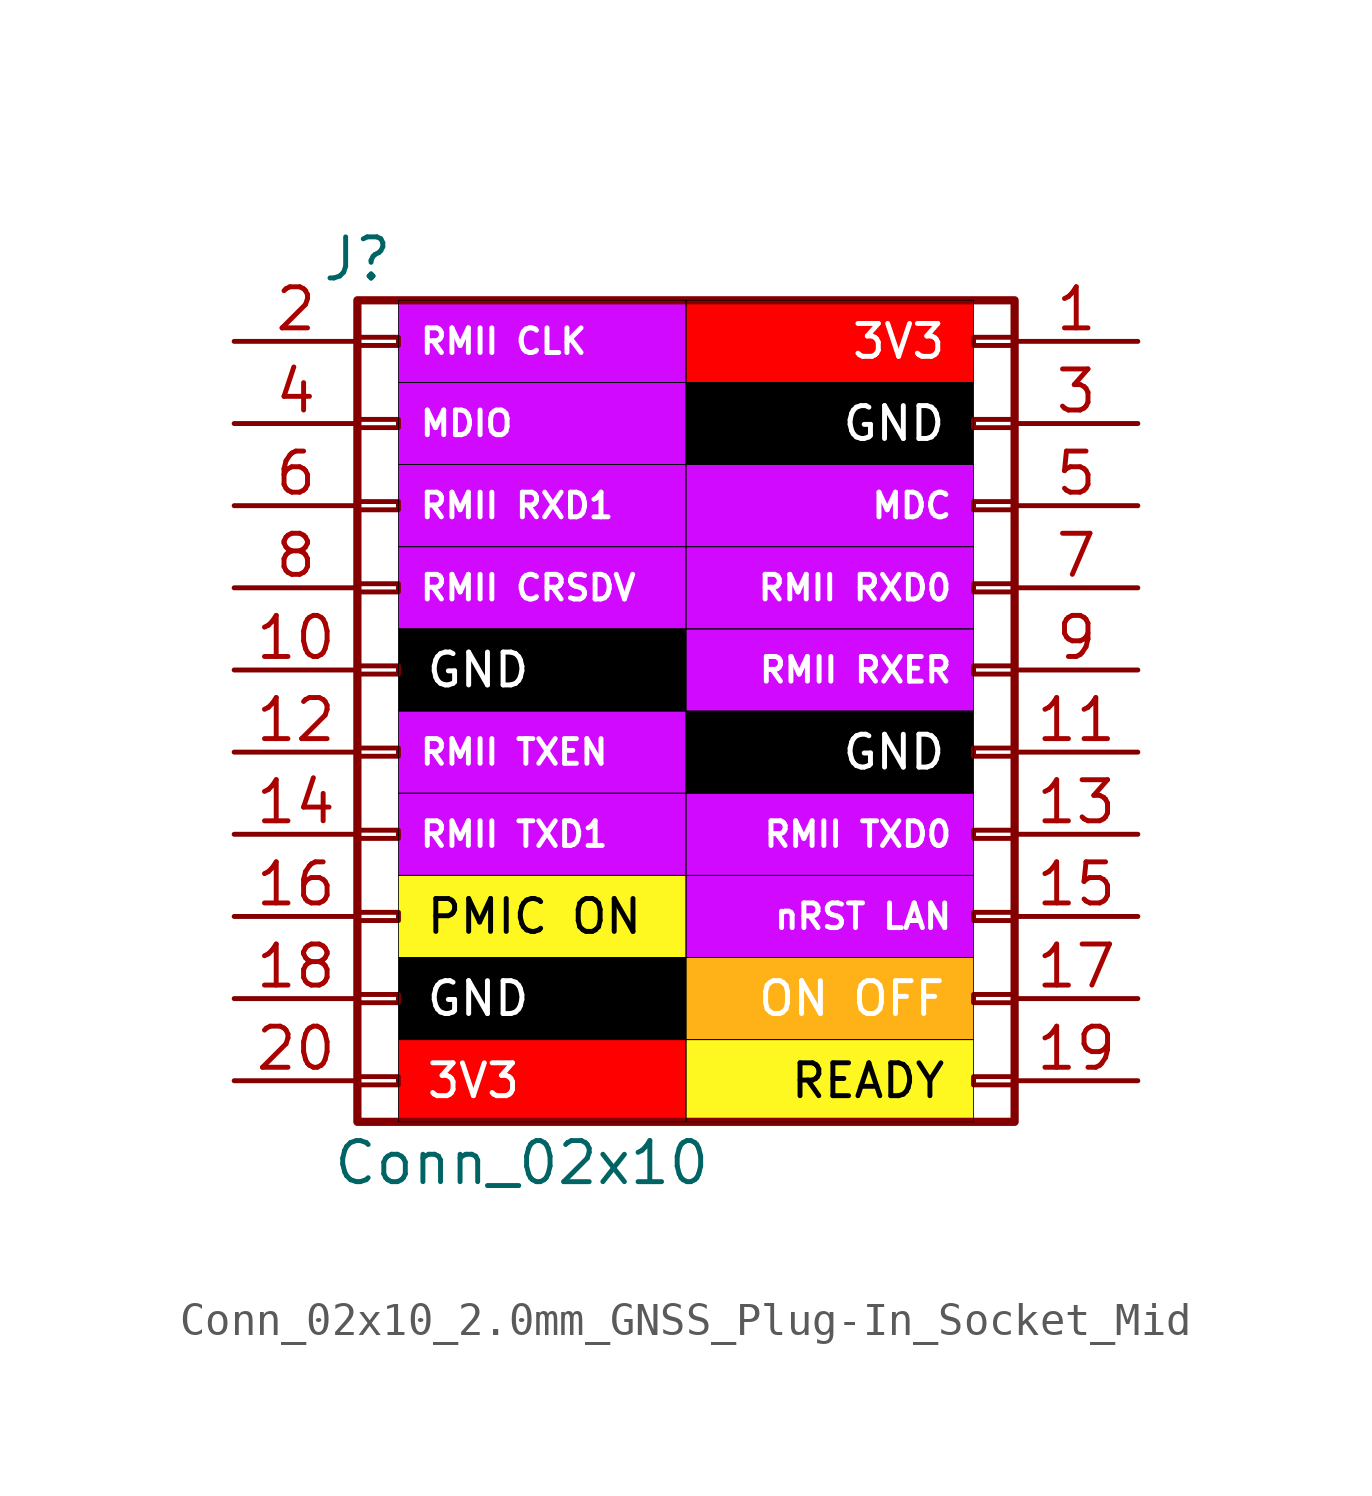
<source format=kicad_sym>
(kicad_symbol_lib
  (version 20231120)
  (generator "kicad_symbol_editor")
  (generator_version "8.0")
  (symbol "Conn_02x10_2.0mm_GNSS_Plug-In_Socket_Mid"
    (pin_names
      (offset 1.016) hide)
    (property "Reference" "J"
      (at -10.16 12.7 0)
      (effects (font (size 1.27 1.27))))
    (property "Value" "Conn_02x10"
      (at -5.08 -15.24 0)
      (effects (font (size 1.27 1.27))))
    (symbol "Conn_02x10_2.0mm_GNSS_Plug-In_Socket_Mid_1_1"
      (rectangle (start -10.16 -12.573) (end -8.89 -12.827) (stroke (width 0.152) (type default)) (fill (type none)))
      (rectangle (start -10.16 -10.033) (end -8.89 -10.287) (stroke (width 0.152) (type default)) (fill (type none)))
      (rectangle (start -10.16 -7.493) (end -8.89 -7.747) (stroke (width 0.152) (type default)) (fill (type none)))
      (rectangle (start -10.16 -4.953) (end -8.89 -5.207) (stroke (width 0.152) (type default)) (fill (type none)))
      (rectangle (start -10.16 -2.413) (end -8.89 -2.667) (stroke (width 0.152) (type default)) (fill (type none)))
      (rectangle (start -10.16 0.127) (end -8.89 -0.127) (stroke (width 0.152) (type default)) (fill (type none)))
      (rectangle (start -10.16 2.667) (end -8.89 2.413) (stroke (width 0.152) (type default)) (fill (type none)))
      (rectangle (start -10.16 5.207) (end -8.89 4.953) (stroke (width 0.152) (type default)) (fill (type none)))
      (rectangle (start -10.16 7.747) (end -8.89 7.493) (stroke (width 0.152) (type default)) (fill (type none)))
      (rectangle (start -10.16 10.287) (end -8.89 10.033) (stroke (width 0.152) (type default)) (fill (type none)))
      (rectangle (start -10.16 11.43) (end 10.16 -13.97) (stroke (width 0.254) (type default)) (fill (type none)))
      (rectangle (start 8.89 -12.573) (end 10.16 -12.827) (stroke (width 0.152) (type default)) (fill (type none)))
      (rectangle (start 8.89 -10.033) (end 10.16 -10.287) (stroke (width 0.152) (type default)) (fill (type none)))
      (rectangle (start 8.89 -7.493) (end 10.16 -7.747) (stroke (width 0.152) (type default)) (fill (type none)))
      (rectangle (start 8.89 -4.953) (end 10.16 -5.207) (stroke (width 0.152) (type default)) (fill (type none)))
      (rectangle (start 8.89 -2.413) (end 10.16 -2.667) (stroke (width 0.152) (type default)) (fill (type none)))
      (rectangle (start 8.89 0.127) (end 10.16 -0.127) (stroke (width 0.152) (type default)) (fill (type none)))
      (rectangle (start 8.89 2.667) (end 10.16 2.413) (stroke (width 0.152) (type default)) (fill (type none)))
      (rectangle (start 8.89 5.207) (end 10.16 4.953) (stroke (width 0.152) (type default)) (fill (type none)))
      (rectangle (start 8.89 7.747) (end 10.16 7.493) (stroke (width 0.152) (type default)) (fill (type none)))
      (rectangle (start 8.89 10.287) (end 10.16 10.033) (stroke (width 0.152) (type default)) (fill (type none)))
      (text_box "3V3" (at -8.89 -11.43 0) (size 8.89 -2.54) (stroke (width 0.025) (type default) (color 0 0 1 1)) (fill (type color) (color 255 0 0 1)) (effects (font (size 1.016 1.016) (color 255 255 255 1)) (justify left)))
      (text_box "3V3" (at 0 11.43 0) (size 8.89 -2.54) (stroke (width 0.025) (type default) (color 0 0 1 1)) (fill (type color) (color 255 0 0 1)) (effects (font (size 1.016 1.016) (color 255 255 255 1)) (justify right)))
      (text_box "GND" (at -8.89 -8.89 0) (size 8.89 -2.54) (stroke (width 0.025) (type default) (color 0 0 1 1)) (fill (type color) (color 0 0 0 1)) (effects (font (size 1.016 1.016) (color 255 255 255 1)) (justify left)))
      (text_box "GND" (at -8.89 1.27 0) (size 8.89 -2.54) (stroke (width 0.025) (type default) (color 0 0 1 1)) (fill (type color) (color 0 0 0 1)) (effects (font (size 1.016 1.016) (color 255 255 255 1)) (justify left)))
      (text_box "GND" (at 0 -1.27 0) (size 8.89 -2.54) (stroke (width 0.025) (type default) (color 0 0 1 1)) (fill (type color) (color 0 0 0 1)) (effects (font (size 1.016 1.016) (color 255 255 255 1)) (justify right)))
      (text_box "GND" (at 0 8.89 0) (size 8.89 -2.54) (stroke (width 0.025) (type default) (color 0 0 1 1)) (fill (type color) (color 0 0 0 1)) (effects (font (size 1.016 1.016) (color 255 255 255 1)) (justify right)))
      (text_box "MDC" (at 0 6.35 0) (size 8.89 -2.54) (stroke (width 0.025) (type default) (color 0 0 1 1)) (fill (type color) (color 209 9 255 1)) (effects (font (size 0.762 0.762) (color 255 255 255 1)) (justify right)))
      (text_box "MDIO" (at -8.89 8.89 0) (size 8.89 -2.54) (stroke (width 0.025) (type default) (color 0 0 1 1)) (fill (type color) (color 209 9 255 1)) (effects (font (size 0.762 0.762) (color 255 255 255 1)) (justify left)))
      (text_box "nRST LAN" (at 0 -6.35 0) (size 8.89 -2.54) (stroke (width 0.025) (type default) (color 0 0 1 1)) (fill (type color) (color 209 9 255 1)) (effects (font (size 0.762 0.762) (color 255 255 255 1)) (justify right)))
      (text_box "ON OFF" (at 0 -8.89 0) (size 8.89 -2.54) (stroke (width 0.025) (type default) (color 0 0 1 1)) (fill (type color) (color 255 178 23 1)) (effects (font (size 1.016 1.016) (color 255 255 255 1)) (justify right)))
      (text_box "PMIC ON" (at -8.89 -6.35 0) (size 8.89 -2.54) (stroke (width 0.025) (type default) (color 0 0 1 1)) (fill (type color) (color 255 248 32 1)) (effects (font (size 1.016 1.016) (color 0 0 0 1)) (justify left)))
      (text_box "READY" (at 0 -11.43 0) (size 8.89 -2.54) (stroke (width 0.025) (type default) (color 0 0 1 1)) (fill (type color) (color 255 248 32 1)) (effects (font (size 1.016 1.016) (color 0 0 0 1)) (justify right)))
      (text_box "RMII CLK" (at -8.89 11.43 0) (size 8.89 -2.54) (stroke (width 0.025) (type default) (color 0 0 1 1)) (fill (type color) (color 209 9 255 1)) (effects (font (size 0.762 0.762) (color 255 255 255 1)) (justify left)))
      (text_box "RMII CRSDV" (at -8.89 3.81 0) (size 8.89 -2.54) (stroke (width 0.025) (type default) (color 0 0 1 1)) (fill (type color) (color 209 9 255 1)) (effects (font (size 0.762 0.762) (color 255 255 255 1)) (justify left)))
      (text_box "RMII RXD0" (at 0 3.81 0) (size 8.89 -2.54) (stroke (width 0.025) (type default) (color 0 0 1 1)) (fill (type color) (color 209 9 255 1)) (effects (font (size 0.762 0.762) (color 255 255 255 1)) (justify right)))
      (text_box "RMII RXD1" (at -8.89 6.35 0) (size 8.89 -2.54) (stroke (width 0.025) (type default) (color 0 0 1 1)) (fill (type color) (color 209 9 255 1)) (effects (font (size 0.762 0.762) (color 255 255 255 1)) (justify left)))
      (text_box "RMII RXER" (at 0 1.27 0) (size 8.89 -2.54) (stroke (width 0.025) (type default) (color 0 0 1 1)) (fill (type color) (color 209 9 255 1)) (effects (font (size 0.762 0.762) (color 255 255 255 1)) (justify right)))
      (text_box "RMII TXD0" (at 0 -3.81 0) (size 8.89 -2.54) (stroke (width 0.025) (type default) (color 0 0 1 1)) (fill (type color) (color 209 9 255 1)) (effects (font (size 0.762 0.762) (color 255 255 255 1)) (justify right)))
      (text_box "RMII TXD1" (at -8.89 -3.81 0) (size 8.89 -2.54) (stroke (width 0.025) (type default) (color 0 0 1 1)) (fill (type color) (color 209 9 255 1)) (effects (font (size 0.762 0.762) (color 255 255 255 1)) (justify left)))
      (text_box "RMII TXEN" (at -8.89 -1.27 0) (size 8.89 -2.54) (stroke (width 0.025) (type default) (color 0 0 1 1)) (fill (type color) (color 209 9 255 1)) (effects (font (size 0.762 0.762) (color 255 255 255 1)) (justify left)))
      (pin passive line (at 13.97 10.16 180) (length 3.81) (name "Pin_1" (effects (font (size 1.27 1.27)))) (number "1" (effects (font (size 1.27 1.27)))))
      (pin passive line (at -13.97 0 0) (length 3.81) (name "Pin_10" (effects (font (size 1.27 1.27)))) (number "10" (effects (font (size 1.27 1.27)))))
      (pin passive line (at 13.97 -2.54 180) (length 3.81) (name "Pin_1" (effects (font (size 1.27 1.27)))) (number "11" (effects (font (size 1.27 1.27)))))
      (pin passive line (at -13.97 -2.54 0) (length 3.81) (name "Pin_2" (effects (font (size 1.27 1.27)))) (number "12" (effects (font (size 1.27 1.27)))))
      (pin passive line (at 13.97 -5.08 180) (length 3.81) (name "Pin_1" (effects (font (size 1.27 1.27)))) (number "13" (effects (font (size 1.27 1.27)))))
      (pin passive line (at -13.97 -5.08 0) (length 3.81) (name "Pin_2" (effects (font (size 1.27 1.27)))) (number "14" (effects (font (size 1.27 1.27)))))
      (pin passive line (at 13.97 -7.62 180) (length 3.81) (name "Pin_1" (effects (font (size 1.27 1.27)))) (number "15" (effects (font (size 1.27 1.27)))))
      (pin passive line (at -13.97 -7.62 0) (length 3.81) (name "Pin_2" (effects (font (size 1.27 1.27)))) (number "16" (effects (font (size 1.27 1.27)))))
      (pin passive line (at 13.97 -10.16 180) (length 3.81) (name "Pin_1" (effects (font (size 1.27 1.27)))) (number "17" (effects (font (size 1.27 1.27)))))
      (pin passive line (at -13.97 -10.16 0) (length 3.81) (name "Pin_2" (effects (font (size 1.27 1.27)))) (number "18" (effects (font (size 1.27 1.27)))))
      (pin passive line (at 13.97 -12.7 180) (length 3.81) (name "Pin_1" (effects (font (size 1.27 1.27)))) (number "19" (effects (font (size 1.27 1.27)))))
      (pin passive line (at -13.97 10.16 0) (length 3.81) (name "Pin_2" (effects (font (size 1.27 1.27)))) (number "2" (effects (font (size 1.27 1.27)))))
      (pin passive line (at -13.97 -12.7 0) (length 3.81) (name "Pin_2" (effects (font (size 1.27 1.27)))) (number "20" (effects (font (size 1.27 1.27)))))
      (pin passive line (at 13.97 7.62 180) (length 3.81) (name "Pin_3" (effects (font (size 1.27 1.27)))) (number "3" (effects (font (size 1.27 1.27)))))
      (pin passive line (at -13.97 7.62 0) (length 3.81) (name "Pin_4" (effects (font (size 1.27 1.27)))) (number "4" (effects (font (size 1.27 1.27)))))
      (pin passive line (at 13.97 5.08 180) (length 3.81) (name "Pin_5" (effects (font (size 1.27 1.27)))) (number "5" (effects (font (size 1.27 1.27)))))
      (pin passive line (at -13.97 5.08 0) (length 3.81) (name "Pin_6" (effects (font (size 1.27 1.27)))) (number "6" (effects (font (size 1.27 1.27)))))
      (pin passive line (at 13.97 2.54 180) (length 3.81) (name "Pin_7" (effects (font (size 1.27 1.27)))) (number "7" (effects (font (size 1.27 1.27)))))
      (pin passive line (at -13.97 2.54 0) (length 3.81) (name "Pin_8" (effects (font (size 1.27 1.27)))) (number "8" (effects (font (size 1.27 1.27)))))
      (pin passive line (at 13.97 0 180) (length 3.81) (name "Pin_9" (effects (font (size 1.27 1.27)))) (number "9" (effects (font (size 1.27 1.27))))))))
</source>
